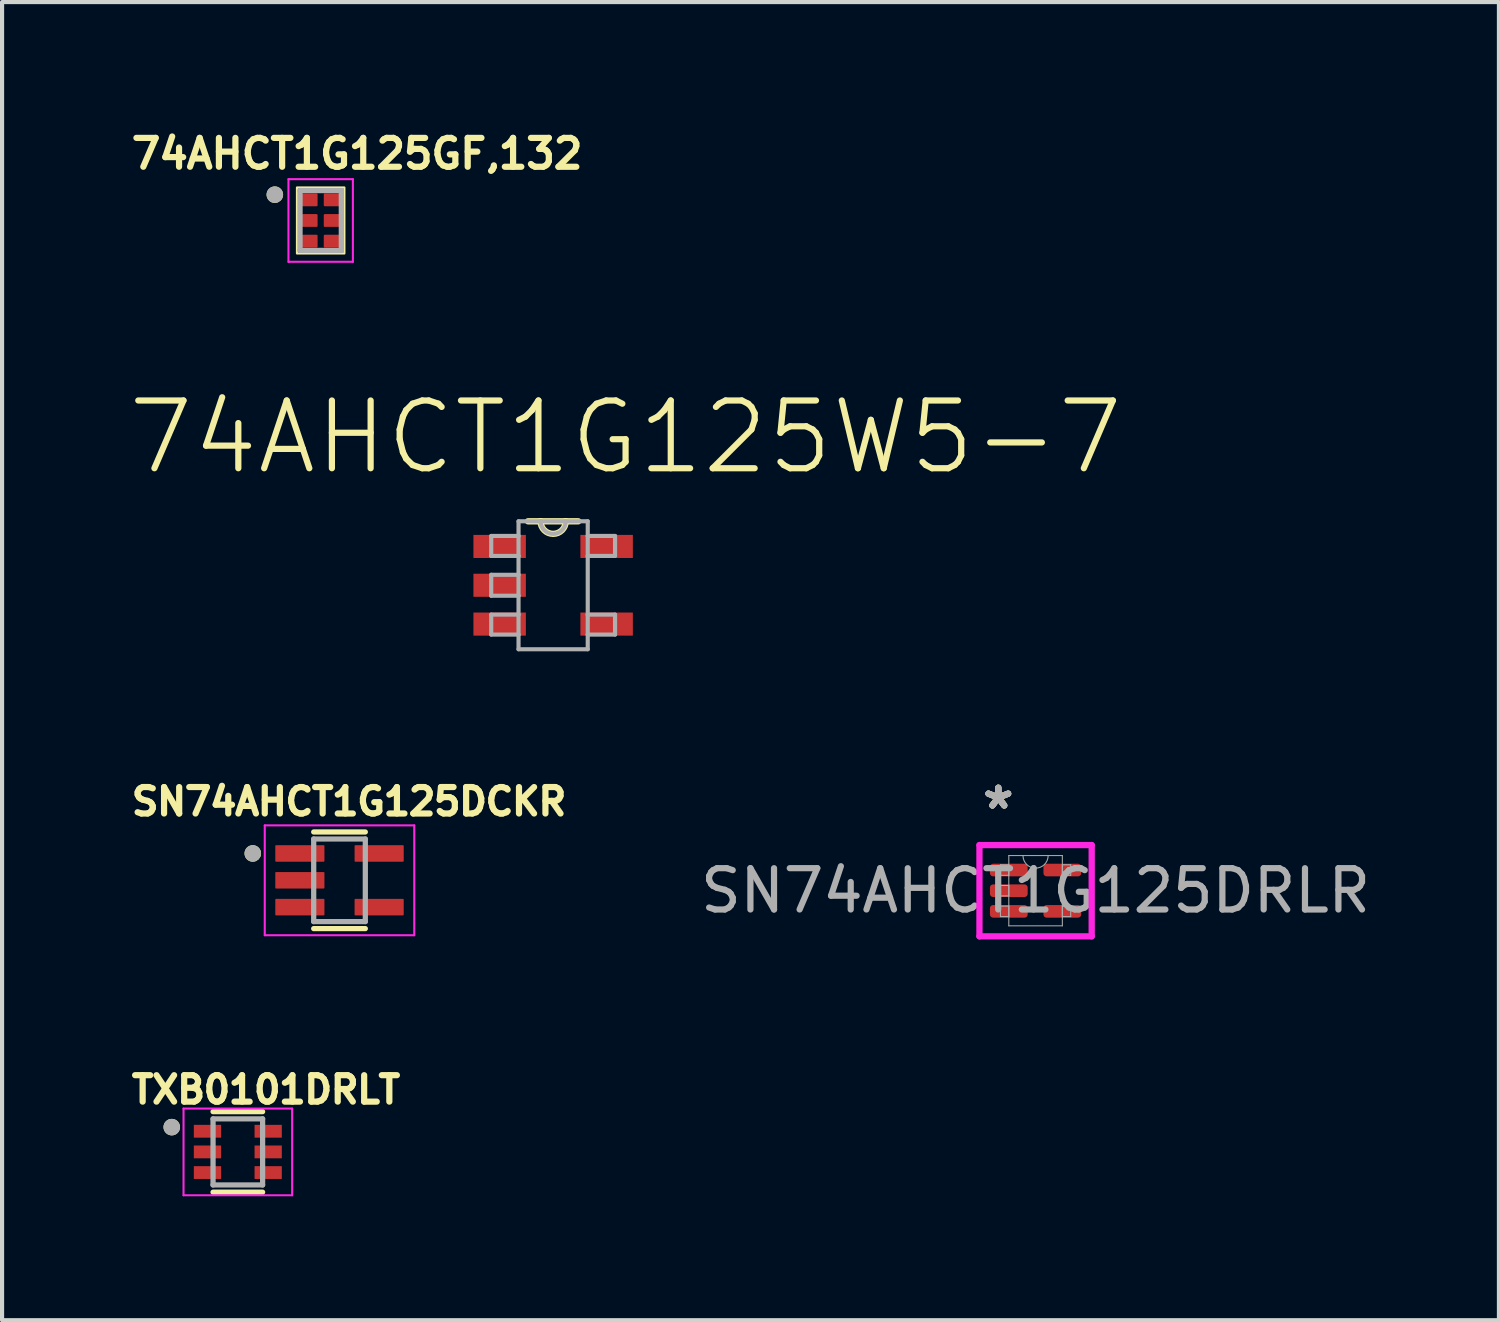
<source format=kicad_pcb>
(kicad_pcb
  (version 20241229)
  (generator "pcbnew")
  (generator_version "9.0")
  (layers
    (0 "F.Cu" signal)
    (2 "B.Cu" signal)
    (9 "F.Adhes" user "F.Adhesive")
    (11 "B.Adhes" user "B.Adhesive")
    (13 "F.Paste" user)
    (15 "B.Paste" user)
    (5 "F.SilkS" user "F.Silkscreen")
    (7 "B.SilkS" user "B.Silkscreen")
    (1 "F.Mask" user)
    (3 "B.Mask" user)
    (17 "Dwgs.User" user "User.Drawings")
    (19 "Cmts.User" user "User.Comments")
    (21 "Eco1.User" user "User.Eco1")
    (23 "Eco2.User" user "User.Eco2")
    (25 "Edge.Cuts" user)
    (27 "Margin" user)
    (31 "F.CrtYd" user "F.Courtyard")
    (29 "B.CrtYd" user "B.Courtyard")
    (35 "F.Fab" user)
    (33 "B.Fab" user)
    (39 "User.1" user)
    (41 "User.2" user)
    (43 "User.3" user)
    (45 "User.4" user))
  (footprint "74AHCT1G125GF,132"
    (layer "F.Cu")
    (at 4.715 2.289)
    (property "Reference" "74AHCT1G125GF,132" (at 0.881 -1.617 0) (layer "F.SilkS") (effects (font (size 0.699 0.699) (thickness 0.15))))
    (attr through_hole)
    (fp_rect (start -0.575 -0.8) (end 0.575 0.8) (stroke (width 0.05) (type solid)) (fill no) (layer "F.SilkS"))
    (fp_circle (center -1.11 -0.625) (end -1.01 -0.625) (stroke (width 0.2) (type solid)) (fill no) (layer "F.SilkS"))
    (fp_line (start -0.78 -1) (end 0.78 -1) (stroke (width 0.05) (type solid)) (layer "F.CrtYd"))
    (fp_line (start -0.78 1) (end -0.78 -1) (stroke (width 0.05) (type solid)) (layer "F.CrtYd"))
    (fp_line (start 0.78 -1) (end 0.78 1) (stroke (width 0.05) (type solid)) (layer "F.CrtYd"))
    (fp_line (start 0.78 1) (end -0.78 1) (stroke (width 0.05) (type solid)) (layer "F.CrtYd"))
    (fp_line (start -0.5 -0.725) (end 0.5 -0.725) (stroke (width 0.127) (type solid)) (layer "F.Fab"))
    (fp_line (start -0.5 0.725) (end -0.5 -0.725) (stroke (width 0.127) (type solid)) (layer "F.Fab"))
    (fp_line (start 0.5 -0.725) (end 0.5 0.725) (stroke (width 0.127) (type solid)) (layer "F.Fab"))
    (fp_line (start 0.5 0.725) (end -0.5 0.725) (stroke (width 0.127) (type solid)) (layer "F.Fab"))
    (fp_circle (center -1.11 -0.625) (end -1.01 -0.625) (stroke (width 0.2) (type solid)) (fill no) (layer "F.Fab"))
    (pad "1" smd roundrect (at -0.265 -0.5) (size 0.38 0.31) (layers "F.Cu" "F.Mask" "F.Paste") (roundrect_rratio 0.08))
    (pad "2" smd roundrect (at -0.265 0) (size 0.38 0.31) (layers "F.Cu" "F.Mask" "F.Paste") (roundrect_rratio 0.08))
    (pad "3" smd roundrect (at -0.265 0.5) (size 0.38 0.31) (layers "F.Cu" "F.Mask" "F.Paste") (roundrect_rratio 0.08))
    (pad "4" smd roundrect (at 0.265 0.5) (size 0.38 0.31) (layers "F.Cu" "F.Mask" "F.Paste") (roundrect_rratio 0.08))
    (pad "5" smd roundrect (at 0.265 0) (size 0.38 0.31) (layers "F.Cu" "F.Mask" "F.Paste") (roundrect_rratio 0.08))
    (pad "6" smd roundrect (at 0.265 -0.5) (size 0.38 0.31) (layers "F.Cu" "F.Mask" "F.Paste") (roundrect_rratio 0.08)))
  (footprint "74AHCT1G125W5-7"
    (layer "F.Cu")
    (at 10.344 11.122)
    (property "Reference" "74AHCT1G125W5-7" (at 1.754 -3.585 0) (layer "F.SilkS") (effects (font (size 1.641 1.641) (thickness 0.15))))
    (attr through_hole)
    (fp_line (start -0.305 -1.549) (end -0.61 -1.549) (stroke (width 0.152) (type solid)) (layer "F.SilkS"))
    (fp_line (start 0.305 -1.549) (end -0.305 -1.549) (stroke (width 0.152) (type solid)) (layer "F.SilkS"))
    (fp_line (start 0.61 -1.549) (end 0.305 -1.549) (stroke (width 0.152) (type solid)) (layer "F.SilkS"))
    (fp_arc (start 0.3048 -1.5494) (mid 0 -1.2446) (end -0.3048 -1.5494) (stroke (width 0.1524) (type solid)) (layer "F.SilkS"))
    (fp_line (start -1.499 -1.194) (end -1.499 -0.711) (stroke (width 0.1) (type solid)) (layer "F.Fab"))
    (fp_line (start -1.499 -0.711) (end -0.838 -0.711) (stroke (width 0.1) (type solid)) (layer "F.Fab"))
    (fp_line (start -1.499 -0.254) (end -1.499 0.254) (stroke (width 0.1) (type solid)) (layer "F.Fab"))
    (fp_line (start -1.499 0.254) (end -0.838 0.254) (stroke (width 0.1) (type solid)) (layer "F.Fab"))
    (fp_line (start -1.499 0.711) (end -1.499 1.194) (stroke (width 0.1) (type solid)) (layer "F.Fab"))
    (fp_line (start -1.499 1.194) (end -0.838 1.194) (stroke (width 0.1) (type solid)) (layer "F.Fab"))
    (fp_line (start -0.838 -1.549) (end -0.838 -1.194) (stroke (width 0.1) (type solid)) (layer "F.Fab"))
    (fp_line (start -0.838 -1.194) (end -1.499 -1.194) (stroke (width 0.1) (type solid)) (layer "F.Fab"))
    (fp_line (start -0.838 -1.194) (end -0.838 -0.711) (stroke (width 0.1) (type solid)) (layer "F.Fab"))
    (fp_line (start -0.838 -0.711) (end -0.838 -0.254) (stroke (width 0.1) (type solid)) (layer "F.Fab"))
    (fp_line (start -0.838 -0.254) (end -1.499 -0.254) (stroke (width 0.1) (type solid)) (layer "F.Fab"))
    (fp_line (start -0.838 -0.254) (end -0.838 0.254) (stroke (width 0.1) (type solid)) (layer "F.Fab"))
    (fp_line (start -0.838 0.254) (end -0.838 0.711) (stroke (width 0.1) (type solid)) (layer "F.Fab"))
    (fp_line (start -0.838 0.711) (end -1.499 0.711) (stroke (width 0.1) (type solid)) (layer "F.Fab"))
    (fp_line (start -0.838 1.194) (end -0.838 0.711) (stroke (width 0.1) (type solid)) (layer "F.Fab"))
    (fp_line (start -0.838 1.549) (end -0.838 1.194) (stroke (width 0.1) (type solid)) (layer "F.Fab"))
    (fp_line (start -0.838 1.549) (end 0.838 1.549) (stroke (width 0.1) (type solid)) (layer "F.Fab"))
    (fp_line (start -0.305 -1.549) (end -0.838 -1.549) (stroke (width 0.1) (type solid)) (layer "F.Fab"))
    (fp_line (start 0.305 -1.549) (end -0.305 -1.549) (stroke (width 0.1) (type solid)) (layer "F.Fab"))
    (fp_line (start 0.838 -1.549) (end 0.305 -1.549) (stroke (width 0.1) (type solid)) (layer "F.Fab"))
    (fp_line (start 0.838 -1.549) (end 0.838 -1.194) (stroke (width 0.1) (type solid)) (layer "F.Fab"))
    (fp_line (start 0.838 -1.194) (end 0.838 -0.711) (stroke (width 0.1) (type solid)) (layer "F.Fab"))
    (fp_line (start 0.838 -0.711) (end 1.499 -0.711) (stroke (width 0.1) (type solid)) (layer "F.Fab"))
    (fp_line (start 0.838 0.711) (end 0.838 -0.711) (stroke (width 0.1) (type solid)) (layer "F.Fab"))
    (fp_line (start 0.838 1.194) (end 0.838 0.711) (stroke (width 0.1) (type solid)) (layer "F.Fab"))
    (fp_line (start 0.838 1.194) (end 1.499 1.194) (stroke (width 0.1) (type solid)) (layer "F.Fab"))
    (fp_line (start 0.838 1.549) (end 0.838 1.194) (stroke (width 0.1) (type solid)) (layer "F.Fab"))
    (fp_line (start 1.499 -1.194) (end 0.838 -1.194) (stroke (width 0.1) (type solid)) (layer "F.Fab"))
    (fp_line (start 1.499 -0.711) (end 1.499 -1.194) (stroke (width 0.1) (type solid)) (layer "F.Fab"))
    (fp_line (start 1.499 0.711) (end 0.838 0.711) (stroke (width 0.1) (type solid)) (layer "F.Fab"))
    (fp_line (start 1.499 1.194) (end 1.499 0.711) (stroke (width 0.1) (type solid)) (layer "F.Fab"))
    (fp_arc (start 0.3048 -1.5494) (mid 0 -1.2446) (end -0.3048 -1.5494) (stroke (width 0.1) (type solid)) (layer "F.Fab"))
    (pad "1" smd rect (at -1.295 -0.94) (size 1.27 0.559) (layers "F.Cu" "F.Mask" "F.Paste"))
    (pad "2" smd rect (at -1.295 0) (size 1.27 0.559) (layers "F.Cu" "F.Mask" "F.Paste"))
    (pad "3" smd rect (at -1.295 0.94) (size 1.27 0.559) (layers "F.Cu" "F.Mask" "F.Paste"))
    (pad "4" smd rect (at 1.295 0.94) (size 1.27 0.559) (layers "F.Cu" "F.Mask" "F.Paste"))
    (pad "5" smd rect (at 1.295 -0.94) (size 1.27 0.559) (layers "F.Cu" "F.Mask" "F.Paste")))
  (footprint "SN74AHCT1G125DRLR"
    (layer "F.Cu")
    (at 22.026 18.518)
    (property "Reference" "SN74AHCT1G125DRLR" (at 0 -1.76 0) (unlocked yes) (layer "User.2") (effects (font (size 1 1) (thickness 0.15))))
    (attr smd)
    (fp_line (start -1.359 -1.105) (end 1.359 -1.105) (stroke (width 0.152) (type solid)) (layer "F.CrtYd"))
    (fp_line (start -1.359 1.105) (end -1.359 -1.105) (stroke (width 0.152) (type solid)) (layer "F.CrtYd"))
    (fp_line (start 1.359 -1.105) (end 1.359 1.105) (stroke (width 0.152) (type solid)) (layer "F.CrtYd"))
    (fp_line (start 1.359 1.105) (end -1.359 1.105) (stroke (width 0.152) (type solid)) (layer "F.CrtYd"))
    (fp_line (start -0.851 -0.627) (end -0.851 -0.373) (stroke (width 0.025) (type solid)) (layer "F.Fab"))
    (fp_line (start -0.851 -0.373) (end -0.648 -0.373) (stroke (width 0.025) (type solid)) (layer "F.Fab"))
    (fp_line (start -0.851 -0.127) (end -0.851 0.127) (stroke (width 0.025) (type solid)) (layer "F.Fab"))
    (fp_line (start -0.851 0.127) (end -0.648 0.127) (stroke (width 0.025) (type solid)) (layer "F.Fab"))
    (fp_line (start -0.851 0.373) (end -0.851 0.627) (stroke (width 0.025) (type solid)) (layer "F.Fab"))
    (fp_line (start -0.851 0.627) (end -0.648 0.627) (stroke (width 0.025) (type solid)) (layer "F.Fab"))
    (fp_line (start -0.648 -0.851) (end -0.648 0.851) (stroke (width 0.025) (type solid)) (layer "F.Fab"))
    (fp_line (start -0.648 -0.627) (end -0.851 -0.627) (stroke (width 0.025) (type solid)) (layer "F.Fab"))
    (fp_line (start -0.648 -0.373) (end -0.648 -0.627) (stroke (width 0.025) (type solid)) (layer "F.Fab"))
    (fp_line (start -0.648 -0.127) (end -0.851 -0.127) (stroke (width 0.025) (type solid)) (layer "F.Fab"))
    (fp_line (start -0.648 0.127) (end -0.648 -0.127) (stroke (width 0.025) (type solid)) (layer "F.Fab"))
    (fp_line (start -0.648 0.373) (end -0.851 0.373) (stroke (width 0.025) (type solid)) (layer "F.Fab"))
    (fp_line (start -0.648 0.627) (end -0.648 0.373) (stroke (width 0.025) (type solid)) (layer "F.Fab"))
    (fp_line (start -0.648 0.851) (end 0.648 0.851) (stroke (width 0.025) (type solid)) (layer "F.Fab"))
    (fp_line (start 0.648 -0.851) (end -0.648 -0.851) (stroke (width 0.025) (type solid)) (layer "F.Fab"))
    (fp_line (start 0.648 -0.627) (end 0.648 -0.373) (stroke (width 0.025) (type solid)) (layer "F.Fab"))
    (fp_line (start 0.648 -0.373) (end 0.851 -0.373) (stroke (width 0.025) (type solid)) (layer "F.Fab"))
    (fp_line (start 0.648 0.373) (end 0.648 0.627) (stroke (width 0.025) (type solid)) (layer "F.Fab"))
    (fp_line (start 0.648 0.627) (end 0.851 0.627) (stroke (width 0.025) (type solid)) (layer "F.Fab"))
    (fp_line (start 0.648 0.851) (end 0.648 -0.851) (stroke (width 0.025) (type solid)) (layer "F.Fab"))
    (fp_line (start 0.851 -0.627) (end 0.648 -0.627) (stroke (width 0.025) (type solid)) (layer "F.Fab"))
    (fp_line (start 0.851 -0.373) (end 0.851 -0.627) (stroke (width 0.025) (type solid)) (layer "F.Fab"))
    (fp_line (start 0.851 0.373) (end 0.648 0.373) (stroke (width 0.025) (type solid)) (layer "F.Fab"))
    (fp_line (start 0.851 0.627) (end 0.851 0.373) (stroke (width 0.025) (type solid)) (layer "F.Fab"))
    (fp_arc (start 0.3048 -0.8509) (mid 0 -0.5461) (end -0.3048 -0.8509) (stroke (width 0.0254) (type solid)) (layer "F.Fab"))
    (fp_text user "*" (at -0.902 -1.948 0) (unlocked yes) (layer "F.SilkS") (effects (font (size 1 1) (thickness 0.15))))
    (fp_text user "*" (at -0.902 -1.948 0) (layer "F.SilkS") (effects (font (size 1 1) (thickness 0.15))))
    (fp_text user "*" (at -0.902 -1.948 0) (unlocked yes) (layer "F.Fab") (effects (font (size 1 1) (thickness 0.15))))
    (fp_text user "*" (at -0.902 -1.948 0) (layer "F.Fab") (effects (font (size 1 1) (thickness 0.15))))
    (fp_text user "${REFERENCE}" (at 0 0 0) (unlocked yes) (layer "F.Fab") (effects (font (size 1 1) (thickness 0.15))))
    (pad "1" smd roundrect (at -0.648 -0.5) (size 0.914 0.305) (layers "F.Cu" "F.Mask" "F.Paste") (roundrect_rratio 0.25))
    (pad "2" smd roundrect (at -0.648 0) (size 0.914 0.305) (layers "F.Cu" "F.Mask" "F.Paste") (roundrect_rratio 0.25))
    (pad "3" smd roundrect (at -0.648 0.5) (size 0.914 0.305) (layers "F.Cu" "F.Mask" "F.Paste") (roundrect_rratio 0.25))
    (pad "4" smd roundrect (at 0.648 0.5) (size 0.914 0.305) (layers "F.Cu" "F.Mask" "F.Paste") (roundrect_rratio 0.25))
    (pad "5" smd roundrect (at 0.648 -0.5) (size 0.914 0.305) (layers "F.Cu" "F.Mask" "F.Paste") (roundrect_rratio 0.25)))
  (footprint "TXB0101DRLT"
    (layer "F.Cu")
    (at 2.709 24.843)
    (property "Reference" "TXB0101DRLT" (at 0.682 -1.506 0) (layer "F.SilkS") (effects (font (size 0.64 0.64) (thickness 0.15))))
    (attr through_hole)
    (fp_line (start -0.6 -0.975) (end 0.6 -0.975) (stroke (width 0.127) (type solid)) (layer "F.SilkS"))
    (fp_line (start -0.6 0.975) (end 0.6 0.975) (stroke (width 0.127) (type solid)) (layer "F.SilkS"))
    (fp_circle (center -1.6 -0.6) (end -1.5 -0.6) (stroke (width 0.2) (type solid)) (fill no) (layer "F.SilkS"))
    (fp_line (start -1.315 -1.05) (end 1.315 -1.05) (stroke (width 0.05) (type solid)) (layer "F.CrtYd"))
    (fp_line (start -1.315 1.05) (end -1.315 -1.05) (stroke (width 0.05) (type solid)) (layer "F.CrtYd"))
    (fp_line (start 1.315 -1.05) (end 1.315 1.05) (stroke (width 0.05) (type solid)) (layer "F.CrtYd"))
    (fp_line (start 1.315 1.05) (end -1.315 1.05) (stroke (width 0.05) (type solid)) (layer "F.CrtYd"))
    (fp_line (start -0.6 -0.8) (end 0.6 -0.8) (stroke (width 0.127) (type solid)) (layer "F.Fab"))
    (fp_line (start -0.6 0.8) (end -0.6 -0.8) (stroke (width 0.127) (type solid)) (layer "F.Fab"))
    (fp_line (start 0.6 -0.8) (end 0.6 0.8) (stroke (width 0.127) (type solid)) (layer "F.Fab"))
    (fp_line (start 0.6 0.8) (end -0.6 0.8) (stroke (width 0.127) (type solid)) (layer "F.Fab"))
    (fp_circle (center -1.6 -0.6) (end -1.5 -0.6) (stroke (width 0.2) (type solid)) (fill no) (layer "F.Fab"))
    (pad "1" smd rect (at -0.735 -0.5) (size 0.66 0.31) (layers "F.Cu" "F.Mask" "F.Paste"))
    (pad "2" smd rect (at -0.735 0) (size 0.66 0.31) (layers "F.Cu" "F.Mask" "F.Paste"))
    (pad "3" smd rect (at -0.735 0.5) (size 0.66 0.31) (layers "F.Cu" "F.Mask" "F.Paste"))
    (pad "4" smd rect (at 0.735 0.5) (size 0.66 0.31) (layers "F.Cu" "F.Mask" "F.Paste"))
    (pad "5" smd rect (at 0.735 0) (size 0.66 0.31) (layers "F.Cu" "F.Mask" "F.Paste"))
    (pad "6" smd rect (at 0.735 -0.5) (size 0.66 0.31) (layers "F.Cu" "F.Mask" "F.Paste")))
  (footprint "SN74AHCT1G125DCKR"
    (layer "F.Cu")
    (at 5.171 18.266)
    (property "Reference" "SN74AHCT1G125DCKR" (at 0.232 -1.906 0) (layer "F.SilkS") (effects (font (size 0.64 0.64) (thickness 0.15))))
    (attr smd)
    (fp_line (start -0.625 -1.17) (end 0.625 -1.17) (stroke (width 0.127) (type solid)) (layer "F.SilkS"))
    (fp_line (start 0.625 1.17) (end -0.625 1.17) (stroke (width 0.127) (type solid)) (layer "F.SilkS"))
    (fp_circle (center -2.1 -0.65) (end -2 -0.65) (stroke (width 0.2) (type solid)) (fill no) (layer "F.SilkS"))
    (fp_line (start -1.81 -1.33) (end 1.81 -1.33) (stroke (width 0.05) (type solid)) (layer "F.CrtYd"))
    (fp_line (start -1.81 1.33) (end -1.81 -1.33) (stroke (width 0.05) (type solid)) (layer "F.CrtYd"))
    (fp_line (start 1.81 -1.33) (end 1.81 1.33) (stroke (width 0.05) (type solid)) (layer "F.CrtYd"))
    (fp_line (start 1.81 1.33) (end -1.81 1.33) (stroke (width 0.05) (type solid)) (layer "F.CrtYd"))
    (fp_line (start -0.625 -1) (end 0.625 -1) (stroke (width 0.127) (type solid)) (layer "F.Fab"))
    (fp_line (start -0.625 1) (end -0.625 -1) (stroke (width 0.127) (type solid)) (layer "F.Fab"))
    (fp_line (start 0.625 -1) (end 0.625 1) (stroke (width 0.127) (type solid)) (layer "F.Fab"))
    (fp_line (start 0.625 1) (end -0.625 1) (stroke (width 0.127) (type solid)) (layer "F.Fab"))
    (fp_circle (center -2.1 -0.65) (end -2 -0.65) (stroke (width 0.2) (type solid)) (fill no) (layer "F.Fab"))
    (pad "1" smd roundrect (at -0.96 -0.65) (size 1.19 0.4) (layers "F.Cu" "F.Mask" "F.Paste") (roundrect_rratio 0.05))
    (pad "2" smd roundrect (at -0.96 0) (size 1.19 0.4) (layers "F.Cu" "F.Mask" "F.Paste") (roundrect_rratio 0.05))
    (pad "3" smd roundrect (at -0.96 0.65) (size 1.19 0.4) (layers "F.Cu" "F.Mask" "F.Paste") (roundrect_rratio 0.05))
    (pad "4" smd roundrect (at 0.96 0.65) (size 1.19 0.4) (layers "F.Cu" "F.Mask" "F.Paste") (roundrect_rratio 0.05))
    (pad "5" smd roundrect (at 0.96 -0.65) (size 1.19 0.4) (layers "F.Cu" "F.Mask" "F.Paste") (roundrect_rratio 0.05)))
  (gr_rect
    (start -3 -3)
    (end 33.246 28.918)
    (stroke (width 0.1) (type default))
    (fill no)
    (layer "Edge.Cuts")))
</source>
